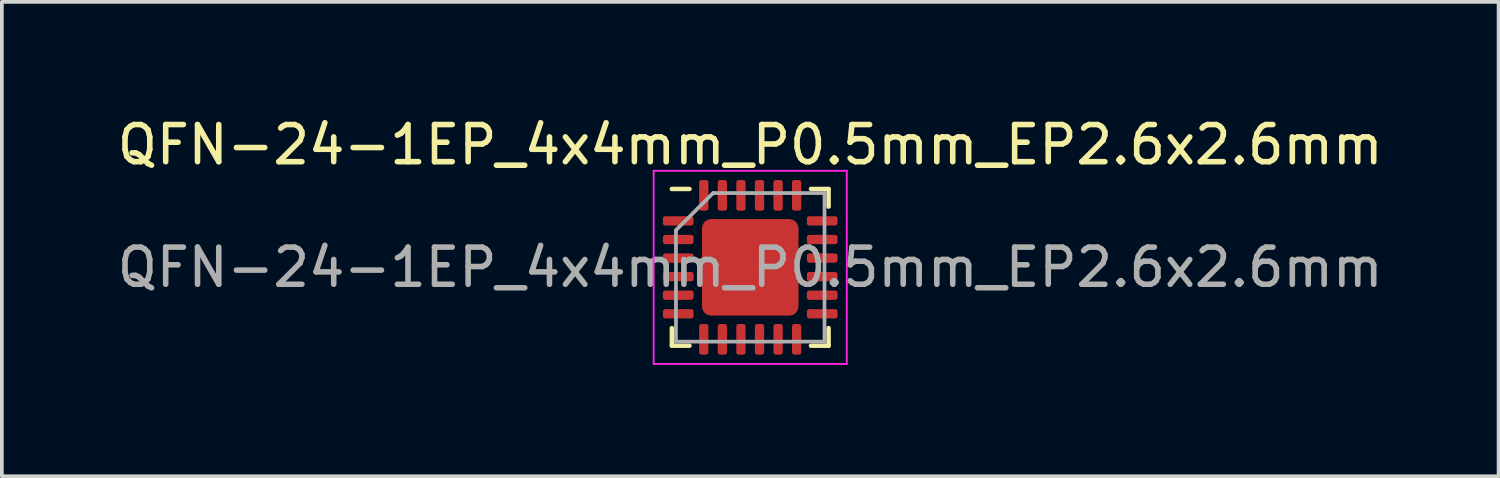
<source format=kicad_pcb>
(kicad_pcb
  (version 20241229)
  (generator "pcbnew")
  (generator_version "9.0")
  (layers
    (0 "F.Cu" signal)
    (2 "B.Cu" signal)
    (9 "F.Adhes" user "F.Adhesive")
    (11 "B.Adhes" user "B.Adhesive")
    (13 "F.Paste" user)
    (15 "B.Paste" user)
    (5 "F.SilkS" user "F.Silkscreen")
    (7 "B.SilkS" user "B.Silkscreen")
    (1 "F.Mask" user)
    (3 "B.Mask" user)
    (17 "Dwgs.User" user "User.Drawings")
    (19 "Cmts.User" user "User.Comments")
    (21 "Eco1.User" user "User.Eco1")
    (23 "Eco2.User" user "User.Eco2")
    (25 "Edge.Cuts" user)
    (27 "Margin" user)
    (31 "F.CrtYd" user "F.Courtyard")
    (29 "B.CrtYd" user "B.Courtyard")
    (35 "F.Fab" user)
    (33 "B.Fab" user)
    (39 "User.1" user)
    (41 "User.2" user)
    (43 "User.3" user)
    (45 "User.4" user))
  (footprint "QFN-24-1EP_4x4mm_P0.5mm_EP2.6x2.6mm"
    (layer "F.Cu")
    (at 17.149 4.148)
    (property "Reference" "QFN-24-1EP_4x4mm_P0.5mm_EP2.6x2.6mm" (at 0 -3.3 0) (layer "F.SilkS") (effects (font (size 1 1) (thickness 0.15))))
    (attr smd)
    (fp_line (start -2.11 2.11) (end -2.11 1.635) (stroke (width 0.12) (type solid)) (layer "F.SilkS"))
    (fp_line (start -1.635 -2.11) (end -2.11 -2.11) (stroke (width 0.12) (type solid)) (layer "F.SilkS"))
    (fp_line (start -1.635 2.11) (end -2.11 2.11) (stroke (width 0.12) (type solid)) (layer "F.SilkS"))
    (fp_line (start 1.635 -2.11) (end 2.11 -2.11) (stroke (width 0.12) (type solid)) (layer "F.SilkS"))
    (fp_line (start 1.635 2.11) (end 2.11 2.11) (stroke (width 0.12) (type solid)) (layer "F.SilkS"))
    (fp_line (start 2.11 -2.11) (end 2.11 -1.635) (stroke (width 0.12) (type solid)) (layer "F.SilkS"))
    (fp_line (start 2.11 2.11) (end 2.11 1.635) (stroke (width 0.12) (type solid)) (layer "F.SilkS"))
    (fp_line (start -2.6 -2.6) (end -2.6 2.6) (stroke (width 0.05) (type solid)) (layer "F.CrtYd"))
    (fp_line (start -2.6 2.6) (end 2.6 2.6) (stroke (width 0.05) (type solid)) (layer "F.CrtYd"))
    (fp_line (start 2.6 -2.6) (end -2.6 -2.6) (stroke (width 0.05) (type solid)) (layer "F.CrtYd"))
    (fp_line (start 2.6 2.6) (end 2.6 -2.6) (stroke (width 0.05) (type solid)) (layer "F.CrtYd"))
    (fp_line (start -2 -1) (end -1 -2) (stroke (width 0.1) (type solid)) (layer "F.Fab"))
    (fp_line (start -2 2) (end -2 -1) (stroke (width 0.1) (type solid)) (layer "F.Fab"))
    (fp_line (start -1 -2) (end 2 -2) (stroke (width 0.1) (type solid)) (layer "F.Fab"))
    (fp_line (start 2 -2) (end 2 2) (stroke (width 0.1) (type solid)) (layer "F.Fab"))
    (fp_line (start 2 2) (end -2 2) (stroke (width 0.1) (type solid)) (layer "F.Fab"))
    (fp_text user "${REFERENCE}" (at 0 0 0) (layer "F.Fab") (effects (font (size 1 1) (thickness 0.15))))
    (pad "" smd roundrect (at -0.65 -0.65) (size 1.05 1.05) (layers "F.Paste") (roundrect_rratio 0.238))
    (pad "" smd roundrect (at -0.65 0.65) (size 1.05 1.05) (layers "F.Paste") (roundrect_rratio 0.238))
    (pad "" smd roundrect (at 0.65 -0.65) (size 1.05 1.05) (layers "F.Paste") (roundrect_rratio 0.238))
    (pad "" smd roundrect (at 0.65 0.65) (size 1.05 1.05) (layers "F.Paste") (roundrect_rratio 0.238))
    (pad "1" smd roundrect (at -1.938 -1.25) (size 0.825 0.25) (layers "F.Cu" "F.Mask" "F.Paste") (roundrect_rratio 0.25))
    (pad "2" smd roundrect (at -1.938 -0.75) (size 0.825 0.25) (layers "F.Cu" "F.Mask" "F.Paste") (roundrect_rratio 0.25))
    (pad "3" smd roundrect (at -1.938 -0.25) (size 0.825 0.25) (layers "F.Cu" "F.Mask" "F.Paste") (roundrect_rratio 0.25))
    (pad "4" smd roundrect (at -1.938 0.25) (size 0.825 0.25) (layers "F.Cu" "F.Mask" "F.Paste") (roundrect_rratio 0.25))
    (pad "5" smd roundrect (at -1.938 0.75) (size 0.825 0.25) (layers "F.Cu" "F.Mask" "F.Paste") (roundrect_rratio 0.25))
    (pad "6" smd roundrect (at -1.938 1.25) (size 0.825 0.25) (layers "F.Cu" "F.Mask" "F.Paste") (roundrect_rratio 0.25))
    (pad "7" smd roundrect (at -1.25 1.938) (size 0.25 0.825) (layers "F.Cu" "F.Mask" "F.Paste") (roundrect_rratio 0.25))
    (pad "8" smd roundrect (at -0.75 1.938) (size 0.25 0.825) (layers "F.Cu" "F.Mask" "F.Paste") (roundrect_rratio 0.25))
    (pad "9" smd roundrect (at -0.25 1.938) (size 0.25 0.825) (layers "F.Cu" "F.Mask" "F.Paste") (roundrect_rratio 0.25))
    (pad "10" smd roundrect (at 0.25 1.938) (size 0.25 0.825) (layers "F.Cu" "F.Mask" "F.Paste") (roundrect_rratio 0.25))
    (pad "11" smd roundrect (at 0.75 1.938) (size 0.25 0.825) (layers "F.Cu" "F.Mask" "F.Paste") (roundrect_rratio 0.25))
    (pad "12" smd roundrect (at 1.25 1.938) (size 0.25 0.825) (layers "F.Cu" "F.Mask" "F.Paste") (roundrect_rratio 0.25))
    (pad "13" smd roundrect (at 1.938 1.25) (size 0.825 0.25) (layers "F.Cu" "F.Mask" "F.Paste") (roundrect_rratio 0.25))
    (pad "14" smd roundrect (at 1.938 0.75) (size 0.825 0.25) (layers "F.Cu" "F.Mask" "F.Paste") (roundrect_rratio 0.25))
    (pad "15" smd roundrect (at 1.938 0.25) (size 0.825 0.25) (layers "F.Cu" "F.Mask" "F.Paste") (roundrect_rratio 0.25))
    (pad "16" smd roundrect (at 1.938 -0.25) (size 0.825 0.25) (layers "F.Cu" "F.Mask" "F.Paste") (roundrect_rratio 0.25))
    (pad "17" smd roundrect (at 1.938 -0.75) (size 0.825 0.25) (layers "F.Cu" "F.Mask" "F.Paste") (roundrect_rratio 0.25))
    (pad "18" smd roundrect (at 1.938 -1.25) (size 0.825 0.25) (layers "F.Cu" "F.Mask" "F.Paste") (roundrect_rratio 0.25))
    (pad "19" smd roundrect (at 1.25 -1.938) (size 0.25 0.825) (layers "F.Cu" "F.Mask" "F.Paste") (roundrect_rratio 0.25))
    (pad "20" smd roundrect (at 0.75 -1.938) (size 0.25 0.825) (layers "F.Cu" "F.Mask" "F.Paste") (roundrect_rratio 0.25))
    (pad "21" smd roundrect (at 0.25 -1.938) (size 0.25 0.825) (layers "F.Cu" "F.Mask" "F.Paste") (roundrect_rratio 0.25))
    (pad "22" smd roundrect (at -0.25 -1.938) (size 0.25 0.825) (layers "F.Cu" "F.Mask" "F.Paste") (roundrect_rratio 0.25))
    (pad "23" smd roundrect (at -0.75 -1.938) (size 0.25 0.825) (layers "F.Cu" "F.Mask" "F.Paste") (roundrect_rratio 0.25))
    (pad "24" smd roundrect (at -1.25 -1.938) (size 0.25 0.825) (layers "F.Cu" "F.Mask" "F.Paste") (roundrect_rratio 0.25))
    (pad "25" smd roundrect (at 0 0) (size 2.6 2.6) (layers "F.Cu" "F.Mask") (roundrect_rratio 0.096)))
  (gr_rect
    (start -3 -3)
    (end 37.298 9.773)
    (stroke (width 0.1) (type default))
    (fill no)
    (layer "Edge.Cuts")))
</source>
